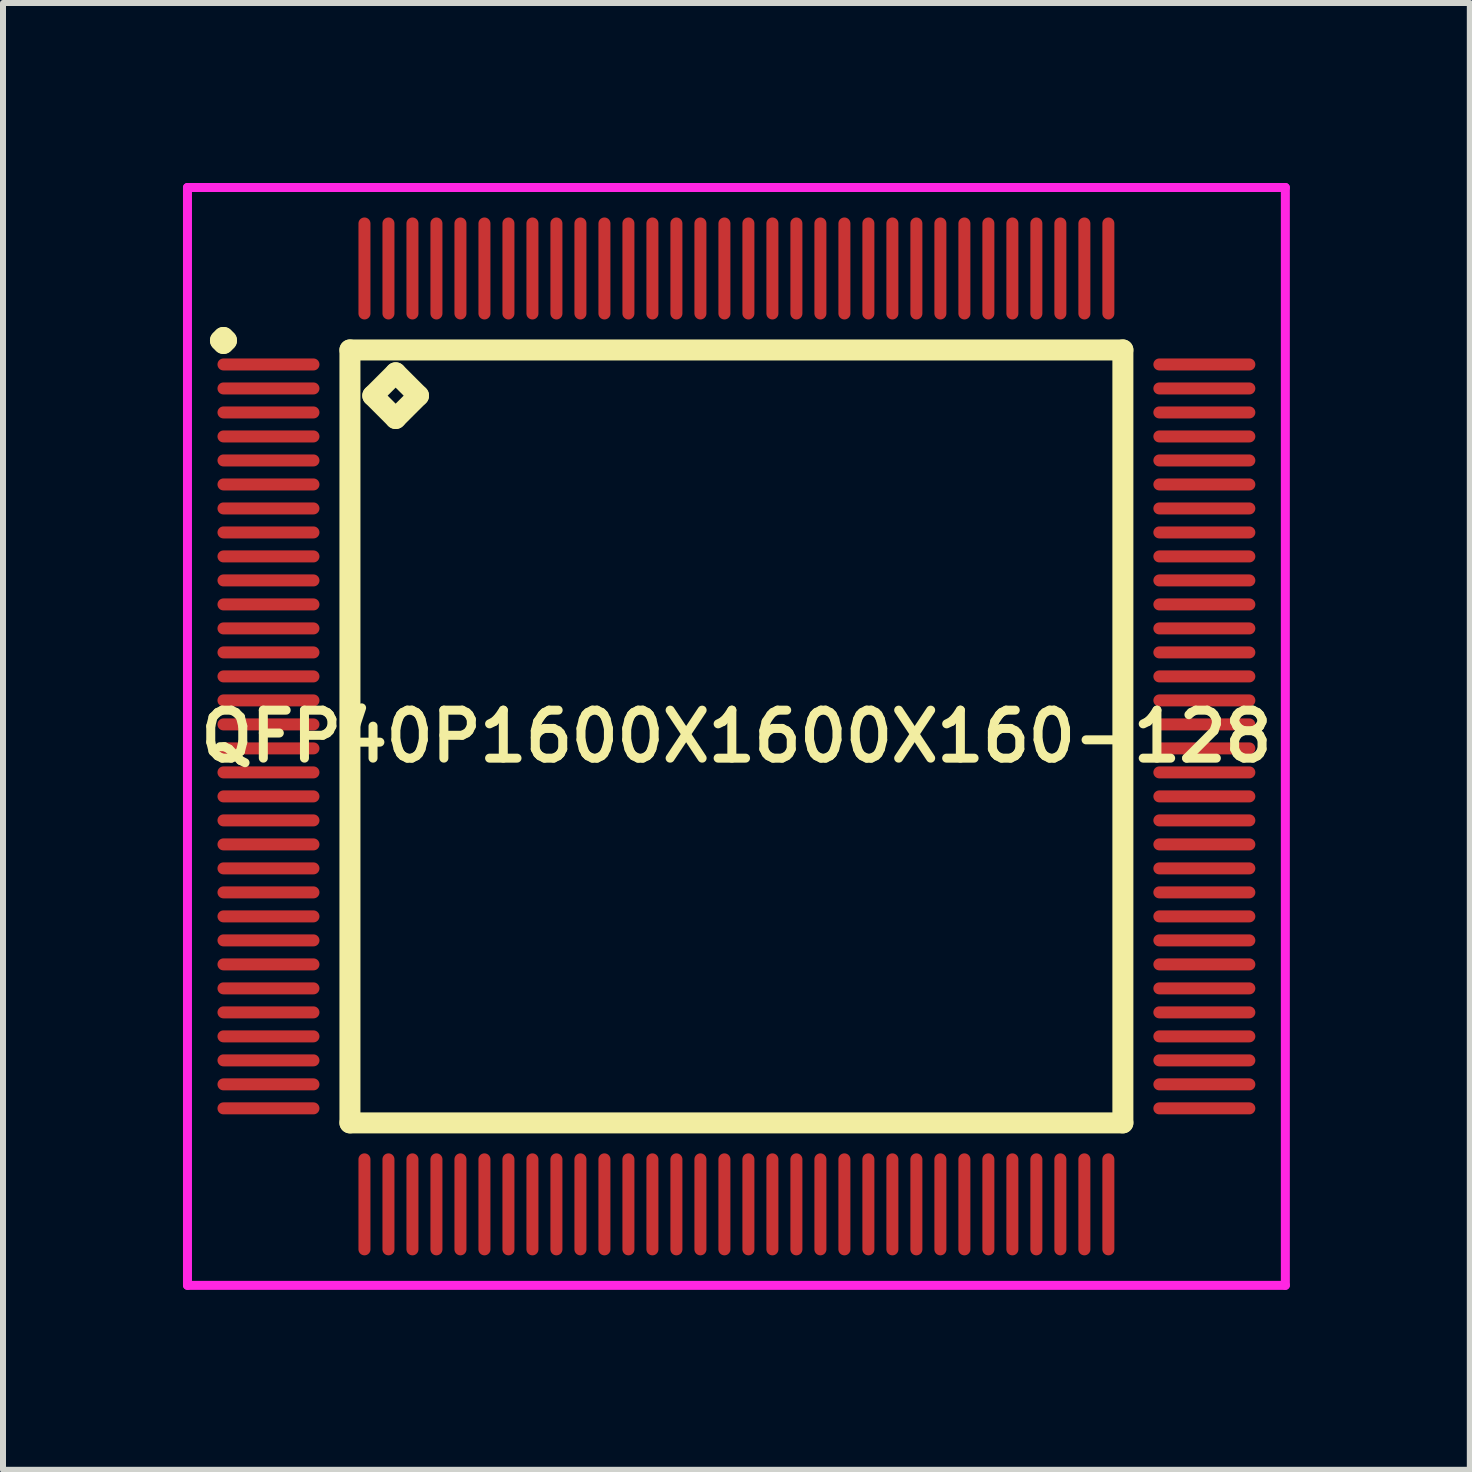
<source format=kicad_pcb>
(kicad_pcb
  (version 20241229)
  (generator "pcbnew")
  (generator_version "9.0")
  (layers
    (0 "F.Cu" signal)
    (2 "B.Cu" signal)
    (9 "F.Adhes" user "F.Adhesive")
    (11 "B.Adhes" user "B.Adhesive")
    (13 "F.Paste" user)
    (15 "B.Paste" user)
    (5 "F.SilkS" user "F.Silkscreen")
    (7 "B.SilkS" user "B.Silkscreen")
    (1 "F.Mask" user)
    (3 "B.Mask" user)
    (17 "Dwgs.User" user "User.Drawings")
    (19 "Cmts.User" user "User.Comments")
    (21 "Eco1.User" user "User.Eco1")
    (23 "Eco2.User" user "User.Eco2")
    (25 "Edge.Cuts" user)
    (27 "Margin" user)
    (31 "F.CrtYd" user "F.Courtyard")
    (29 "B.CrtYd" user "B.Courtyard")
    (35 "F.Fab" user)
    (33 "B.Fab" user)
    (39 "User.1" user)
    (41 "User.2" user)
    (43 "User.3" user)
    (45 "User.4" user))
  (footprint "QFP40P1600X1600X160-128"
    (layer "F.Cu")
    (at 9.225 9.225)
    (property "Reference" "QFP40P1600X1600X160-128" (at 0 0 0) (layer "F.SilkS") (effects (font (size 0.8 0.8) (thickness 0.15))))
    (attr smd)
    (fp_line (start -8.6 -6.6) (end -8.55 -6.65) (stroke (width 0.35) (type solid)) (layer "F.SilkS"))
    (fp_line (start -8.55 -6.65) (end -8.5 -6.6) (stroke (width 0.35) (type solid)) (layer "F.SilkS"))
    (fp_line (start -8.55 -6.55) (end -8.6 -6.6) (stroke (width 0.35) (type solid)) (layer "F.SilkS"))
    (fp_line (start -8.5 -6.6) (end -8.55 -6.55) (stroke (width 0.35) (type solid)) (layer "F.SilkS"))
    (fp_line (start -6.442 -6.442) (end -6.442 6.442) (stroke (width 0.35) (type solid)) (layer "F.SilkS"))
    (fp_line (start -6.442 6.442) (end 6.442 6.442) (stroke (width 0.35) (type solid)) (layer "F.SilkS"))
    (fp_line (start -6.061 -5.68) (end -5.68 -6.061) (stroke (width 0.35) (type solid)) (layer "F.SilkS"))
    (fp_line (start -5.68 -6.061) (end -5.299 -5.68) (stroke (width 0.35) (type solid)) (layer "F.SilkS"))
    (fp_line (start -5.68 -5.299) (end -6.061 -5.68) (stroke (width 0.35) (type solid)) (layer "F.SilkS"))
    (fp_line (start -5.299 -5.68) (end -5.68 -5.299) (stroke (width 0.35) (type solid)) (layer "F.SilkS"))
    (fp_line (start 6.442 -6.442) (end -6.442 -6.442) (stroke (width 0.35) (type solid)) (layer "F.SilkS"))
    (fp_line (start 6.442 6.442) (end 6.442 -6.442) (stroke (width 0.35) (type solid)) (layer "F.SilkS"))
    (fp_line (start -9.15 -9.15) (end 9.15 -9.15) (stroke (width 0.15) (type solid)) (layer "F.CrtYd"))
    (fp_line (start -9.15 9.15) (end -9.15 -9.15) (stroke (width 0.15) (type solid)) (layer "F.CrtYd"))
    (fp_line (start 9.15 -9.15) (end 9.15 9.15) (stroke (width 0.15) (type solid)) (layer "F.CrtYd"))
    (fp_line (start 9.15 9.15) (end -9.15 9.15) (stroke (width 0.15) (type solid)) (layer "F.CrtYd"))
    (pad "1" smd oval (at -7.8 -6.2) (size 1.7 0.2) (layers "F.Cu" "F.Mask" "F.Paste"))
    (pad "2" smd oval (at -7.8 -5.8) (size 1.7 0.2) (layers "F.Cu" "F.Mask" "F.Paste"))
    (pad "3" smd oval (at -7.8 -5.4) (size 1.7 0.2) (layers "F.Cu" "F.Mask" "F.Paste"))
    (pad "4" smd oval (at -7.8 -5) (size 1.7 0.2) (layers "F.Cu" "F.Mask" "F.Paste"))
    (pad "5" smd oval (at -7.8 -4.6) (size 1.7 0.2) (layers "F.Cu" "F.Mask" "F.Paste"))
    (pad "6" smd oval (at -7.8 -4.2) (size 1.7 0.2) (layers "F.Cu" "F.Mask" "F.Paste"))
    (pad "7" smd oval (at -7.8 -3.8) (size 1.7 0.2) (layers "F.Cu" "F.Mask" "F.Paste"))
    (pad "8" smd oval (at -7.8 -3.4) (size 1.7 0.2) (layers "F.Cu" "F.Mask" "F.Paste"))
    (pad "9" smd oval (at -7.8 -3) (size 1.7 0.2) (layers "F.Cu" "F.Mask" "F.Paste"))
    (pad "10" smd oval (at -7.8 -2.6) (size 1.7 0.2) (layers "F.Cu" "F.Mask" "F.Paste"))
    (pad "11" smd oval (at -7.8 -2.2) (size 1.7 0.2) (layers "F.Cu" "F.Mask" "F.Paste"))
    (pad "12" smd oval (at -7.8 -1.8) (size 1.7 0.2) (layers "F.Cu" "F.Mask" "F.Paste"))
    (pad "13" smd oval (at -7.8 -1.4) (size 1.7 0.2) (layers "F.Cu" "F.Mask" "F.Paste"))
    (pad "14" smd oval (at -7.8 -1) (size 1.7 0.2) (layers "F.Cu" "F.Mask" "F.Paste"))
    (pad "15" smd oval (at -7.8 -0.6) (size 1.7 0.2) (layers "F.Cu" "F.Mask" "F.Paste"))
    (pad "16" smd oval (at -7.8 -0.2) (size 1.7 0.2) (layers "F.Cu" "F.Mask" "F.Paste"))
    (pad "17" smd oval (at -7.8 0.2) (size 1.7 0.2) (layers "F.Cu" "F.Mask" "F.Paste"))
    (pad "18" smd oval (at -7.8 0.6) (size 1.7 0.2) (layers "F.Cu" "F.Mask" "F.Paste"))
    (pad "19" smd oval (at -7.8 1) (size 1.7 0.2) (layers "F.Cu" "F.Mask" "F.Paste"))
    (pad "20" smd oval (at -7.8 1.4) (size 1.7 0.2) (layers "F.Cu" "F.Mask" "F.Paste"))
    (pad "21" smd oval (at -7.8 1.8) (size 1.7 0.2) (layers "F.Cu" "F.Mask" "F.Paste"))
    (pad "22" smd oval (at -7.8 2.2) (size 1.7 0.2) (layers "F.Cu" "F.Mask" "F.Paste"))
    (pad "23" smd oval (at -7.8 2.6) (size 1.7 0.2) (layers "F.Cu" "F.Mask" "F.Paste"))
    (pad "24" smd oval (at -7.8 3) (size 1.7 0.2) (layers "F.Cu" "F.Mask" "F.Paste"))
    (pad "25" smd oval (at -7.8 3.4) (size 1.7 0.2) (layers "F.Cu" "F.Mask" "F.Paste"))
    (pad "26" smd oval (at -7.8 3.8) (size 1.7 0.2) (layers "F.Cu" "F.Mask" "F.Paste"))
    (pad "27" smd oval (at -7.8 4.2) (size 1.7 0.2) (layers "F.Cu" "F.Mask" "F.Paste"))
    (pad "28" smd oval (at -7.8 4.6) (size 1.7 0.2) (layers "F.Cu" "F.Mask" "F.Paste"))
    (pad "29" smd oval (at -7.8 5) (size 1.7 0.2) (layers "F.Cu" "F.Mask" "F.Paste"))
    (pad "30" smd oval (at -7.8 5.4) (size 1.7 0.2) (layers "F.Cu" "F.Mask" "F.Paste"))
    (pad "31" smd oval (at -7.8 5.8) (size 1.7 0.2) (layers "F.Cu" "F.Mask" "F.Paste"))
    (pad "32" smd oval (at -7.8 6.2) (size 1.7 0.2) (layers "F.Cu" "F.Mask" "F.Paste"))
    (pad "33" smd oval (at -6.2 7.8) (size 0.2 1.7) (layers "F.Cu" "F.Mask" "F.Paste"))
    (pad "34" smd oval (at -5.8 7.8) (size 0.2 1.7) (layers "F.Cu" "F.Mask" "F.Paste"))
    (pad "35" smd oval (at -5.4 7.8) (size 0.2 1.7) (layers "F.Cu" "F.Mask" "F.Paste"))
    (pad "36" smd oval (at -5 7.8) (size 0.2 1.7) (layers "F.Cu" "F.Mask" "F.Paste"))
    (pad "37" smd oval (at -4.6 7.8) (size 0.2 1.7) (layers "F.Cu" "F.Mask" "F.Paste"))
    (pad "38" smd oval (at -4.2 7.8) (size 0.2 1.7) (layers "F.Cu" "F.Mask" "F.Paste"))
    (pad "39" smd oval (at -3.8 7.8) (size 0.2 1.7) (layers "F.Cu" "F.Mask" "F.Paste"))
    (pad "40" smd oval (at -3.4 7.8) (size 0.2 1.7) (layers "F.Cu" "F.Mask" "F.Paste"))
    (pad "41" smd oval (at -3 7.8) (size 0.2 1.7) (layers "F.Cu" "F.Mask" "F.Paste"))
    (pad "42" smd oval (at -2.6 7.8) (size 0.2 1.7) (layers "F.Cu" "F.Mask" "F.Paste"))
    (pad "43" smd oval (at -2.2 7.8) (size 0.2 1.7) (layers "F.Cu" "F.Mask" "F.Paste"))
    (pad "44" smd oval (at -1.8 7.8) (size 0.2 1.7) (layers "F.Cu" "F.Mask" "F.Paste"))
    (pad "45" smd oval (at -1.4 7.8) (size 0.2 1.7) (layers "F.Cu" "F.Mask" "F.Paste"))
    (pad "46" smd oval (at -1 7.8) (size 0.2 1.7) (layers "F.Cu" "F.Mask" "F.Paste"))
    (pad "47" smd oval (at -0.6 7.8) (size 0.2 1.7) (layers "F.Cu" "F.Mask" "F.Paste"))
    (pad "48" smd oval (at -0.2 7.8) (size 0.2 1.7) (layers "F.Cu" "F.Mask" "F.Paste"))
    (pad "49" smd oval (at 0.2 7.8) (size 0.2 1.7) (layers "F.Cu" "F.Mask" "F.Paste"))
    (pad "50" smd oval (at 0.6 7.8) (size 0.2 1.7) (layers "F.Cu" "F.Mask" "F.Paste"))
    (pad "51" smd oval (at 1 7.8) (size 0.2 1.7) (layers "F.Cu" "F.Mask" "F.Paste"))
    (pad "52" smd oval (at 1.4 7.8) (size 0.2 1.7) (layers "F.Cu" "F.Mask" "F.Paste"))
    (pad "53" smd oval (at 1.8 7.8) (size 0.2 1.7) (layers "F.Cu" "F.Mask" "F.Paste"))
    (pad "54" smd oval (at 2.2 7.8) (size 0.2 1.7) (layers "F.Cu" "F.Mask" "F.Paste"))
    (pad "55" smd oval (at 2.6 7.8) (size 0.2 1.7) (layers "F.Cu" "F.Mask" "F.Paste"))
    (pad "56" smd oval (at 3 7.8) (size 0.2 1.7) (layers "F.Cu" "F.Mask" "F.Paste"))
    (pad "57" smd oval (at 3.4 7.8) (size 0.2 1.7) (layers "F.Cu" "F.Mask" "F.Paste"))
    (pad "58" smd oval (at 3.8 7.8) (size 0.2 1.7) (layers "F.Cu" "F.Mask" "F.Paste"))
    (pad "59" smd oval (at 4.2 7.8) (size 0.2 1.7) (layers "F.Cu" "F.Mask" "F.Paste"))
    (pad "60" smd oval (at 4.6 7.8) (size 0.2 1.7) (layers "F.Cu" "F.Mask" "F.Paste"))
    (pad "61" smd oval (at 5 7.8) (size 0.2 1.7) (layers "F.Cu" "F.Mask" "F.Paste"))
    (pad "62" smd oval (at 5.4 7.8) (size 0.2 1.7) (layers "F.Cu" "F.Mask" "F.Paste"))
    (pad "63" smd oval (at 5.8 7.8) (size 0.2 1.7) (layers "F.Cu" "F.Mask" "F.Paste"))
    (pad "64" smd oval (at 6.2 7.8) (size 0.2 1.7) (layers "F.Cu" "F.Mask" "F.Paste"))
    (pad "65" smd oval (at 7.8 6.2) (size 1.7 0.2) (layers "F.Cu" "F.Mask" "F.Paste"))
    (pad "66" smd oval (at 7.8 5.8) (size 1.7 0.2) (layers "F.Cu" "F.Mask" "F.Paste"))
    (pad "67" smd oval (at 7.8 5.4) (size 1.7 0.2) (layers "F.Cu" "F.Mask" "F.Paste"))
    (pad "68" smd oval (at 7.8 5) (size 1.7 0.2) (layers "F.Cu" "F.Mask" "F.Paste"))
    (pad "69" smd oval (at 7.8 4.6) (size 1.7 0.2) (layers "F.Cu" "F.Mask" "F.Paste"))
    (pad "70" smd oval (at 7.8 4.2) (size 1.7 0.2) (layers "F.Cu" "F.Mask" "F.Paste"))
    (pad "71" smd oval (at 7.8 3.8) (size 1.7 0.2) (layers "F.Cu" "F.Mask" "F.Paste"))
    (pad "72" smd oval (at 7.8 3.4) (size 1.7 0.2) (layers "F.Cu" "F.Mask" "F.Paste"))
    (pad "73" smd oval (at 7.8 3) (size 1.7 0.2) (layers "F.Cu" "F.Mask" "F.Paste"))
    (pad "74" smd oval (at 7.8 2.6) (size 1.7 0.2) (layers "F.Cu" "F.Mask" "F.Paste"))
    (pad "75" smd oval (at 7.8 2.2) (size 1.7 0.2) (layers "F.Cu" "F.Mask" "F.Paste"))
    (pad "76" smd oval (at 7.8 1.8) (size 1.7 0.2) (layers "F.Cu" "F.Mask" "F.Paste"))
    (pad "77" smd oval (at 7.8 1.4) (size 1.7 0.2) (layers "F.Cu" "F.Mask" "F.Paste"))
    (pad "78" smd oval (at 7.8 1) (size 1.7 0.2) (layers "F.Cu" "F.Mask" "F.Paste"))
    (pad "79" smd oval (at 7.8 0.6) (size 1.7 0.2) (layers "F.Cu" "F.Mask" "F.Paste"))
    (pad "80" smd oval (at 7.8 0.2) (size 1.7 0.2) (layers "F.Cu" "F.Mask" "F.Paste"))
    (pad "81" smd oval (at 7.8 -0.2) (size 1.7 0.2) (layers "F.Cu" "F.Mask" "F.Paste"))
    (pad "82" smd oval (at 7.8 -0.6) (size 1.7 0.2) (layers "F.Cu" "F.Mask" "F.Paste"))
    (pad "83" smd oval (at 7.8 -1) (size 1.7 0.2) (layers "F.Cu" "F.Mask" "F.Paste"))
    (pad "84" smd oval (at 7.8 -1.4) (size 1.7 0.2) (layers "F.Cu" "F.Mask" "F.Paste"))
    (pad "85" smd oval (at 7.8 -1.8) (size 1.7 0.2) (layers "F.Cu" "F.Mask" "F.Paste"))
    (pad "86" smd oval (at 7.8 -2.2) (size 1.7 0.2) (layers "F.Cu" "F.Mask" "F.Paste"))
    (pad "87" smd oval (at 7.8 -2.6) (size 1.7 0.2) (layers "F.Cu" "F.Mask" "F.Paste"))
    (pad "88" smd oval (at 7.8 -3) (size 1.7 0.2) (layers "F.Cu" "F.Mask" "F.Paste"))
    (pad "89" smd oval (at 7.8 -3.4) (size 1.7 0.2) (layers "F.Cu" "F.Mask" "F.Paste"))
    (pad "90" smd oval (at 7.8 -3.8) (size 1.7 0.2) (layers "F.Cu" "F.Mask" "F.Paste"))
    (pad "91" smd oval (at 7.8 -4.2) (size 1.7 0.2) (layers "F.Cu" "F.Mask" "F.Paste"))
    (pad "92" smd oval (at 7.8 -4.6) (size 1.7 0.2) (layers "F.Cu" "F.Mask" "F.Paste"))
    (pad "93" smd oval (at 7.8 -5) (size 1.7 0.2) (layers "F.Cu" "F.Mask" "F.Paste"))
    (pad "94" smd oval (at 7.8 -5.4) (size 1.7 0.2) (layers "F.Cu" "F.Mask" "F.Paste"))
    (pad "95" smd oval (at 7.8 -5.8) (size 1.7 0.2) (layers "F.Cu" "F.Mask" "F.Paste"))
    (pad "96" smd oval (at 7.8 -6.2) (size 1.7 0.2) (layers "F.Cu" "F.Mask" "F.Paste"))
    (pad "97" smd oval (at 6.2 -7.8) (size 0.2 1.7) (layers "F.Cu" "F.Mask" "F.Paste"))
    (pad "98" smd oval (at 5.8 -7.8) (size 0.2 1.7) (layers "F.Cu" "F.Mask" "F.Paste"))
    (pad "99" smd oval (at 5.4 -7.8) (size 0.2 1.7) (layers "F.Cu" "F.Mask" "F.Paste"))
    (pad "100" smd oval (at 5 -7.8) (size 0.2 1.7) (layers "F.Cu" "F.Mask" "F.Paste"))
    (pad "101" smd oval (at 4.6 -7.8) (size 0.2 1.7) (layers "F.Cu" "F.Mask" "F.Paste"))
    (pad "102" smd oval (at 4.2 -7.8) (size 0.2 1.7) (layers "F.Cu" "F.Mask" "F.Paste"))
    (pad "103" smd oval (at 3.8 -7.8) (size 0.2 1.7) (layers "F.Cu" "F.Mask" "F.Paste"))
    (pad "104" smd oval (at 3.4 -7.8) (size 0.2 1.7) (layers "F.Cu" "F.Mask" "F.Paste"))
    (pad "105" smd oval (at 3 -7.8) (size 0.2 1.7) (layers "F.Cu" "F.Mask" "F.Paste"))
    (pad "106" smd oval (at 2.6 -7.8) (size 0.2 1.7) (layers "F.Cu" "F.Mask" "F.Paste"))
    (pad "107" smd oval (at 2.2 -7.8) (size 0.2 1.7) (layers "F.Cu" "F.Mask" "F.Paste"))
    (pad "108" smd oval (at 1.8 -7.8) (size 0.2 1.7) (layers "F.Cu" "F.Mask" "F.Paste"))
    (pad "109" smd oval (at 1.4 -7.8) (size 0.2 1.7) (layers "F.Cu" "F.Mask" "F.Paste"))
    (pad "110" smd oval (at 1 -7.8) (size 0.2 1.7) (layers "F.Cu" "F.Mask" "F.Paste"))
    (pad "111" smd oval (at 0.6 -7.8) (size 0.2 1.7) (layers "F.Cu" "F.Mask" "F.Paste"))
    (pad "112" smd oval (at 0.2 -7.8) (size 0.2 1.7) (layers "F.Cu" "F.Mask" "F.Paste"))
    (pad "113" smd oval (at -0.2 -7.8) (size 0.2 1.7) (layers "F.Cu" "F.Mask" "F.Paste"))
    (pad "114" smd oval (at -0.6 -7.8) (size 0.2 1.7) (layers "F.Cu" "F.Mask" "F.Paste"))
    (pad "115" smd oval (at -1 -7.8) (size 0.2 1.7) (layers "F.Cu" "F.Mask" "F.Paste"))
    (pad "116" smd oval (at -1.4 -7.8) (size 0.2 1.7) (layers "F.Cu" "F.Mask" "F.Paste"))
    (pad "117" smd oval (at -1.8 -7.8) (size 0.2 1.7) (layers "F.Cu" "F.Mask" "F.Paste"))
    (pad "118" smd oval (at -2.2 -7.8) (size 0.2 1.7) (layers "F.Cu" "F.Mask" "F.Paste"))
    (pad "119" smd oval (at -2.6 -7.8) (size 0.2 1.7) (layers "F.Cu" "F.Mask" "F.Paste"))
    (pad "120" smd oval (at -3 -7.8) (size 0.2 1.7) (layers "F.Cu" "F.Mask" "F.Paste"))
    (pad "121" smd oval (at -3.4 -7.8) (size 0.2 1.7) (layers "F.Cu" "F.Mask" "F.Paste"))
    (pad "122" smd oval (at -3.8 -7.8) (size 0.2 1.7) (layers "F.Cu" "F.Mask" "F.Paste"))
    (pad "123" smd oval (at -4.2 -7.8) (size 0.2 1.7) (layers "F.Cu" "F.Mask" "F.Paste"))
    (pad "124" smd oval (at -4.6 -7.8) (size 0.2 1.7) (layers "F.Cu" "F.Mask" "F.Paste"))
    (pad "125" smd oval (at -5 -7.8) (size 0.2 1.7) (layers "F.Cu" "F.Mask" "F.Paste"))
    (pad "126" smd oval (at -5.4 -7.8) (size 0.2 1.7) (layers "F.Cu" "F.Mask" "F.Paste"))
    (pad "127" smd oval (at -5.8 -7.8) (size 0.2 1.7) (layers "F.Cu" "F.Mask" "F.Paste"))
    (pad "128" smd oval (at -6.2 -7.8) (size 0.2 1.7) (layers "F.Cu" "F.Mask" "F.Paste")))
  (gr_rect
    (start -3 -3)
    (end 21.45 21.45)
    (stroke (width 0.1) (type default))
    (fill no)
    (layer "Edge.Cuts")))
</source>
